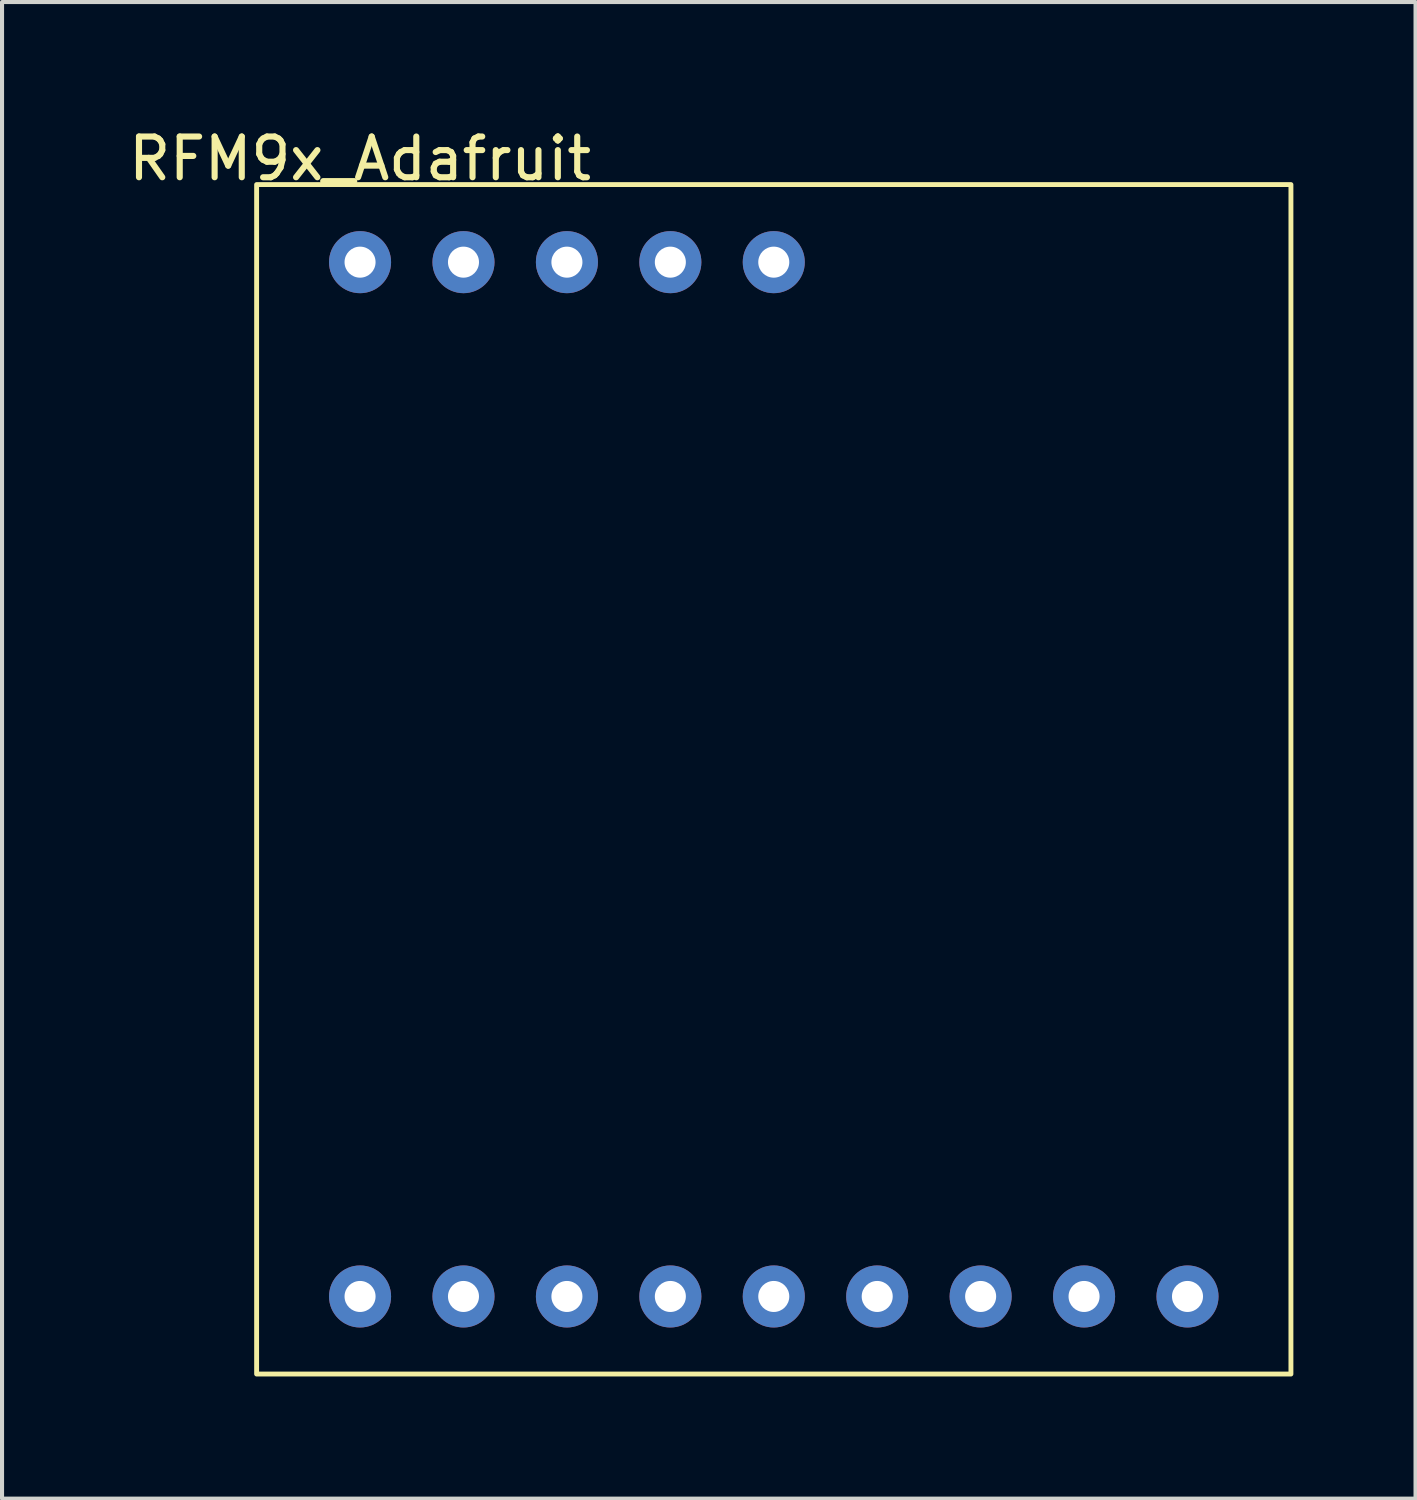
<source format=kicad_pcb>
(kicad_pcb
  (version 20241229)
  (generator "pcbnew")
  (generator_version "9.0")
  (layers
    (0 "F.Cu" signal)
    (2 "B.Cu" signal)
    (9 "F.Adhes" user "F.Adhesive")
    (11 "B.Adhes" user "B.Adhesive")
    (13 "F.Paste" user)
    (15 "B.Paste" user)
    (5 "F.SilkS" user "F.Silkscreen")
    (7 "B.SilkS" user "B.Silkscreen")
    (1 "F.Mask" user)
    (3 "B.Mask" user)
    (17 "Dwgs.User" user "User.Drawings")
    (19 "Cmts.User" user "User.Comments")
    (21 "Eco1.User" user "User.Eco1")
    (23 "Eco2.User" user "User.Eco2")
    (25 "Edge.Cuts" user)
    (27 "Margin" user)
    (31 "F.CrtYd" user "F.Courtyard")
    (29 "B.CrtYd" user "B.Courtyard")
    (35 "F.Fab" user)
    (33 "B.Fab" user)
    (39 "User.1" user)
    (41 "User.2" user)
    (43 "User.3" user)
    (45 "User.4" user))
  (footprint "RFM9x_Adafruit"
    (layer "F.Cu")
    (at 5.792 3.388)
    (property "Reference" "RFM9x_Adafruit" (at 0 -2.54 0) (unlocked yes) (layer "F.SilkS") (effects (font (size 1 1) (thickness 0.15))))
    (attr through_hole)
    (fp_rect (start -2.54 -1.905) (end 22.86 27.305) (stroke (width 0.12) (type solid)) (fill no) (layer "F.SilkS"))
    (pad "1" thru_hole circle (at 0 25.4 90) (size 1.524 1.524) (drill 0.762) (layers "*.Cu" "*.Mask"))
    (pad "2" thru_hole circle (at 2.54 25.4) (size 1.524 1.524) (drill 0.762) (layers "*.Cu" "*.Mask"))
    (pad "3" thru_hole circle (at 5.08 25.4) (size 1.524 1.524) (drill 0.762) (layers "*.Cu" "*.Mask"))
    (pad "4" thru_hole circle (at 7.62 25.4) (size 1.524 1.524) (drill 0.762) (layers "*.Cu" "*.Mask"))
    (pad "5" thru_hole circle (at 10.16 25.4) (size 1.524 1.524) (drill 0.762) (layers "*.Cu" "*.Mask"))
    (pad "6" thru_hole circle (at 12.7 25.4) (size 1.524 1.524) (drill 0.762) (layers "*.Cu" "*.Mask"))
    (pad "7" thru_hole circle (at 15.24 25.4) (size 1.524 1.524) (drill 0.762) (layers "*.Cu" "*.Mask"))
    (pad "8" thru_hole circle (at 17.78 25.4) (size 1.524 1.524) (drill 0.762) (layers "*.Cu" "*.Mask"))
    (pad "9" thru_hole circle (at 20.32 25.4) (size 1.524 1.524) (drill 0.762) (layers "*.Cu" "*.Mask"))
    (pad "10" thru_hole circle (at 0 0) (size 1.524 1.524) (drill 0.762) (layers "*.Cu" "*.Mask"))
    (pad "11" thru_hole circle (at 2.54 0) (size 1.524 1.524) (drill 0.762) (layers "*.Cu" "*.Mask"))
    (pad "12" thru_hole circle (at 5.08 0) (size 1.524 1.524) (drill 0.762) (layers "*.Cu" "*.Mask"))
    (pad "13" thru_hole circle (at 7.62 0) (size 1.524 1.524) (drill 0.762) (layers "*.Cu" "*.Mask"))
    (pad "14" thru_hole circle (at 10.16 0) (size 1.524 1.524) (drill 0.762) (layers "*.Cu" "*.Mask")))
  (gr_rect
    (start -3 -3)
    (end 31.712 33.753)
    (stroke (width 0.1) (type default))
    (fill no)
    (layer "Edge.Cuts")))
</source>
